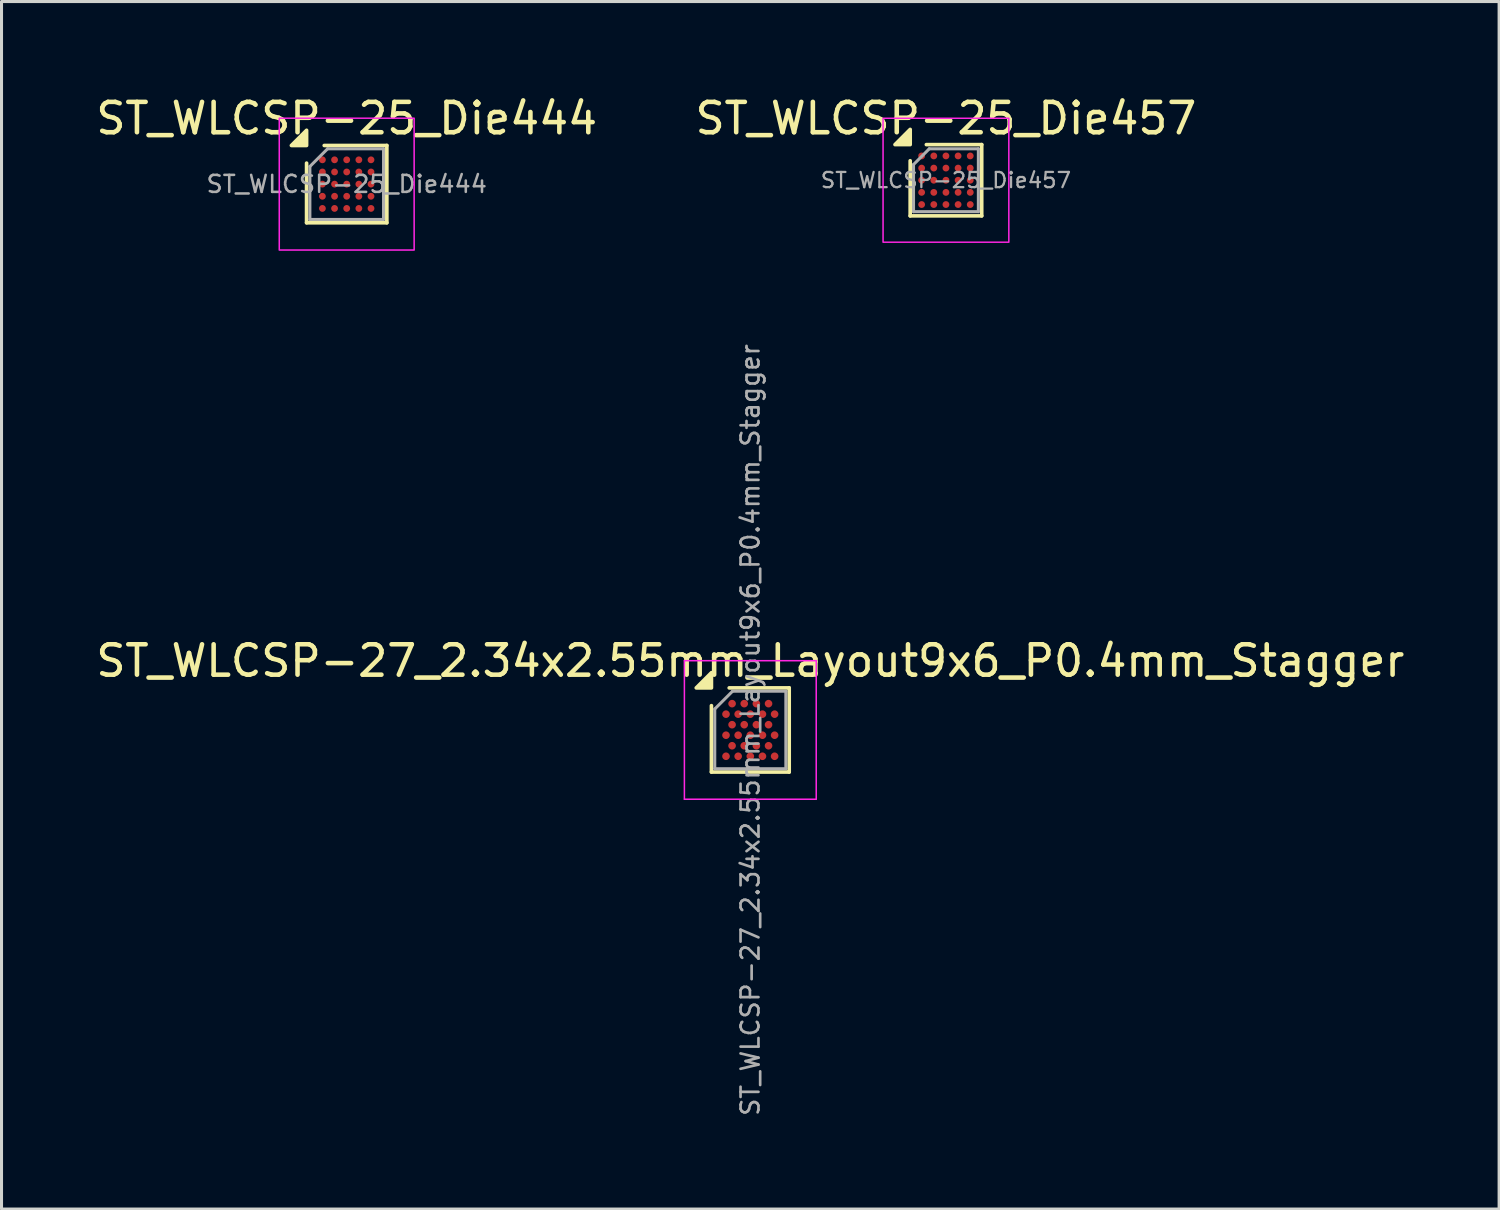
<source format=kicad_pcb>
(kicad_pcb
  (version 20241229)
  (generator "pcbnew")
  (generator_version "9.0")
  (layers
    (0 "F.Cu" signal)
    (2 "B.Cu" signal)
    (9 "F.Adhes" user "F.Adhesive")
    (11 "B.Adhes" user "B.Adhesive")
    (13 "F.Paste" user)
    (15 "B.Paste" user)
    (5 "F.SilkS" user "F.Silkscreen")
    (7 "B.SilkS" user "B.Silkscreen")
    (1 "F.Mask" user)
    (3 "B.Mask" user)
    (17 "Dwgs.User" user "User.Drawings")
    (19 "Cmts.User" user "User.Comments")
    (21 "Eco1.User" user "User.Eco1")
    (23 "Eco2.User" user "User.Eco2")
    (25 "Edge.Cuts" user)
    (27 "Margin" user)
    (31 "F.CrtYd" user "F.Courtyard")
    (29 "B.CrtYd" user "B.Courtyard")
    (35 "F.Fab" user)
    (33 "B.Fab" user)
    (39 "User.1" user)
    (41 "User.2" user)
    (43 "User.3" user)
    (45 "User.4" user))
  (footprint "ST_WLCSP-27_2.34x2.55mm_Layout9x6_P0.4mm_Stagger"
    (layer "F.Cu")
    (at 21.649 20.979)
    (property "Reference" "ST_WLCSP-27_2.34x2.55mm_Layout9x6_P0.4mm_Stagger" (at 0 -2.275 0) (layer "F.SilkS") (effects (font (size 1 1) (thickness 0.15))))
    (attr smd)
    (fp_line (start -1.28 1.385) (end -1.28 -0.8) (stroke (width 0.12) (type solid)) (layer "F.SilkS"))
    (fp_line (start -0.695 -1.385) (end 1.28 -1.385) (stroke (width 0.12) (type solid)) (layer "F.SilkS"))
    (fp_line (start 1.28 -1.385) (end 1.28 1.385) (stroke (width 0.12) (type solid)) (layer "F.SilkS"))
    (fp_line (start 1.28 1.385) (end -1.28 1.385) (stroke (width 0.12) (type solid)) (layer "F.SilkS"))
    (fp_poly (pts (xy -1.28 -1.385) (xy -1.78 -1.385) (xy -1.28 -1.885) (xy -1.28 -1.385)) (stroke (width 0.12) (type solid)) (fill yes) (layer "F.SilkS"))
    (fp_line (start -2.17 -2.28) (end -2.17 2.28) (stroke (width 0.05) (type solid)) (layer "F.CrtYd"))
    (fp_line (start -2.17 2.28) (end 2.17 2.28) (stroke (width 0.05) (type solid)) (layer "F.CrtYd"))
    (fp_line (start 2.17 -2.28) (end -2.17 -2.28) (stroke (width 0.05) (type solid)) (layer "F.CrtYd"))
    (fp_line (start 2.17 2.28) (end 2.17 -2.28) (stroke (width 0.05) (type solid)) (layer "F.CrtYd"))
    (fp_line (start -1.17 -0.69) (end -0.585 -1.275) (stroke (width 0.1) (type solid)) (layer "F.Fab"))
    (fp_line (start -1.17 1.275) (end -1.17 -0.69) (stroke (width 0.1) (type solid)) (layer "F.Fab"))
    (fp_line (start -0.585 -1.275) (end 1.17 -1.275) (stroke (width 0.1) (type solid)) (layer "F.Fab"))
    (fp_line (start 1.17 -1.275) (end 1.17 1.275) (stroke (width 0.1) (type solid)) (layer "F.Fab"))
    (fp_line (start 1.17 1.275) (end -1.17 1.275) (stroke (width 0.1) (type solid)) (layer "F.Fab"))
    (fp_text user "${REFERENCE}" (at 0 0 270) (layer "F.Fab") (effects (font (size 0.59 0.59) (thickness 0.088))))
    (pad "A2" smd circle (at -0.6 -0.866) (size 0.25 0.25) (property pad_prop_bga) (layers "F.Cu" "F.Mask" "F.Paste"))
    (pad "A4" smd circle (at -0.2 -0.866) (size 0.25 0.25) (property pad_prop_bga) (layers "F.Cu" "F.Mask" "F.Paste"))
    (pad "A6" smd circle (at 0.2 -0.866) (size 0.25 0.25) (property pad_prop_bga) (layers "F.Cu" "F.Mask" "F.Paste"))
    (pad "A8" smd circle (at 0.6 -0.866) (size 0.25 0.25) (property pad_prop_bga) (layers "F.Cu" "F.Mask" "F.Paste"))
    (pad "B1" smd circle (at -0.8 -0.52) (size 0.25 0.25) (property pad_prop_bga) (layers "F.Cu" "F.Mask" "F.Paste"))
    (pad "B3" smd circle (at -0.4 -0.52) (size 0.25 0.25) (property pad_prop_bga) (layers "F.Cu" "F.Mask" "F.Paste"))
    (pad "B5" smd circle (at 0 -0.52) (size 0.25 0.25) (property pad_prop_bga) (layers "F.Cu" "F.Mask" "F.Paste"))
    (pad "B7" smd circle (at 0.4 -0.52) (size 0.25 0.25) (property pad_prop_bga) (layers "F.Cu" "F.Mask" "F.Paste"))
    (pad "B9" smd circle (at 0.8 -0.52) (size 0.25 0.25) (property pad_prop_bga) (layers "F.Cu" "F.Mask" "F.Paste"))
    (pad "C2" smd circle (at -0.6 -0.173) (size 0.25 0.25) (property pad_prop_bga) (layers "F.Cu" "F.Mask" "F.Paste"))
    (pad "C4" smd circle (at -0.2 -0.173) (size 0.25 0.25) (property pad_prop_bga) (layers "F.Cu" "F.Mask" "F.Paste"))
    (pad "C6" smd circle (at 0.2 -0.173) (size 0.25 0.25) (property pad_prop_bga) (layers "F.Cu" "F.Mask" "F.Paste"))
    (pad "C8" smd circle (at 0.6 -0.173) (size 0.25 0.25) (property pad_prop_bga) (layers "F.Cu" "F.Mask" "F.Paste"))
    (pad "D1" smd circle (at -0.8 0.173) (size 0.25 0.25) (property pad_prop_bga) (layers "F.Cu" "F.Mask" "F.Paste"))
    (pad "D3" smd circle (at -0.4 0.173) (size 0.25 0.25) (property pad_prop_bga) (layers "F.Cu" "F.Mask" "F.Paste"))
    (pad "D5" smd circle (at 0 0.173) (size 0.25 0.25) (property pad_prop_bga) (layers "F.Cu" "F.Mask" "F.Paste"))
    (pad "D7" smd circle (at 0.4 0.173) (size 0.25 0.25) (property pad_prop_bga) (layers "F.Cu" "F.Mask" "F.Paste"))
    (pad "D9" smd circle (at 0.8 0.173) (size 0.25 0.25) (property pad_prop_bga) (layers "F.Cu" "F.Mask" "F.Paste"))
    (pad "E2" smd circle (at -0.6 0.52) (size 0.25 0.25) (property pad_prop_bga) (layers "F.Cu" "F.Mask" "F.Paste"))
    (pad "E4" smd circle (at -0.2 0.52) (size 0.25 0.25) (property pad_prop_bga) (layers "F.Cu" "F.Mask" "F.Paste"))
    (pad "E6" smd circle (at 0.2 0.52) (size 0.25 0.25) (property pad_prop_bga) (layers "F.Cu" "F.Mask" "F.Paste"))
    (pad "E8" smd circle (at 0.6 0.52) (size 0.25 0.25) (property pad_prop_bga) (layers "F.Cu" "F.Mask" "F.Paste"))
    (pad "F1" smd circle (at -0.8 0.866) (size 0.25 0.25) (property pad_prop_bga) (layers "F.Cu" "F.Mask" "F.Paste"))
    (pad "F3" smd circle (at -0.4 0.866) (size 0.25 0.25) (property pad_prop_bga) (layers "F.Cu" "F.Mask" "F.Paste"))
    (pad "F5" smd circle (at 0 0.866) (size 0.25 0.25) (property pad_prop_bga) (layers "F.Cu" "F.Mask" "F.Paste"))
    (pad "F7" smd circle (at 0.4 0.866) (size 0.25 0.25) (property pad_prop_bga) (layers "F.Cu" "F.Mask" "F.Paste"))
    (pad "F9" smd circle (at 0.8 0.866) (size 0.25 0.25) (property pad_prop_bga) (layers "F.Cu" "F.Mask" "F.Paste")))
  (footprint "ST_WLCSP-25_Die457"
    (layer "F.Cu")
    (at 28.089 2.883)
    (property "Reference" "ST_WLCSP-25_Die457" (at 0 -2.035 0) (layer "F.SilkS") (effects (font (size 1 1) (thickness 0.15))))
    (attr smd)
    (fp_line (start -1.177 1.173) (end -1.177 -0.641) (stroke (width 0.12) (type solid)) (layer "F.SilkS"))
    (fp_line (start -0.645 -1.173) (end 1.177 -1.173) (stroke (width 0.12) (type solid)) (layer "F.SilkS"))
    (fp_line (start 1.177 -1.173) (end 1.177 1.173) (stroke (width 0.12) (type solid)) (layer "F.SilkS"))
    (fp_line (start 1.177 1.173) (end -1.177 1.173) (stroke (width 0.12) (type solid)) (layer "F.SilkS"))
    (fp_poly (pts (xy -1.177 -1.173) (xy -1.677 -1.173) (xy -1.177 -1.673)) (stroke (width 0.12) (type solid)) (fill yes) (layer "F.SilkS"))
    (fp_rect (start -2.07 -2.04) (end 2.07 2.04) (stroke (width 0.05) (type solid)) (fill no) (layer "F.CrtYd"))
    (fp_line (start -1.067 -0.517) (end -0.549 -1.035) (stroke (width 0.1) (type solid)) (layer "F.Fab"))
    (fp_line (start -1.067 1.035) (end -1.067 -0.517) (stroke (width 0.1) (type solid)) (layer "F.Fab"))
    (fp_line (start -0.549 -1.035) (end 1.067 -1.035) (stroke (width 0.1) (type solid)) (layer "F.Fab"))
    (fp_line (start 1.067 -1.035) (end 1.067 1.035) (stroke (width 0.1) (type solid)) (layer "F.Fab"))
    (fp_line (start 1.067 1.035) (end -1.067 1.035) (stroke (width 0.1) (type solid)) (layer "F.Fab"))
    (fp_text user "${REFERENCE}" (at 0 0 0) (layer "F.Fab") (effects (font (size 0.5 0.5) (thickness 0.075))))
    (pad "A1" smd circle (at -0.8 -0.8) (size 0.225 0.225) (property pad_prop_bga) (layers "F.Cu" "F.Mask" "F.Paste"))
    (pad "A2" smd circle (at -0.4 -0.8) (size 0.225 0.225) (property pad_prop_bga) (layers "F.Cu" "F.Mask" "F.Paste"))
    (pad "A3" smd circle (at 0 -0.8) (size 0.225 0.225) (property pad_prop_bga) (layers "F.Cu" "F.Mask" "F.Paste"))
    (pad "A4" smd circle (at 0.4 -0.8) (size 0.225 0.225) (property pad_prop_bga) (layers "F.Cu" "F.Mask" "F.Paste"))
    (pad "A5" smd circle (at 0.8 -0.8) (size 0.225 0.225) (property pad_prop_bga) (layers "F.Cu" "F.Mask" "F.Paste"))
    (pad "B1" smd circle (at -0.8 -0.4) (size 0.225 0.225) (property pad_prop_bga) (layers "F.Cu" "F.Mask" "F.Paste"))
    (pad "B2" smd circle (at -0.4 -0.4) (size 0.225 0.225) (property pad_prop_bga) (layers "F.Cu" "F.Mask" "F.Paste"))
    (pad "B3" smd circle (at 0 -0.4) (size 0.225 0.225) (property pad_prop_bga) (layers "F.Cu" "F.Mask" "F.Paste"))
    (pad "B4" smd circle (at 0.4 -0.4) (size 0.225 0.225) (property pad_prop_bga) (layers "F.Cu" "F.Mask" "F.Paste"))
    (pad "B5" smd circle (at 0.8 -0.4) (size 0.225 0.225) (property pad_prop_bga) (layers "F.Cu" "F.Mask" "F.Paste"))
    (pad "C1" smd circle (at -0.8 0) (size 0.225 0.225) (property pad_prop_bga) (layers "F.Cu" "F.Mask" "F.Paste"))
    (pad "C2" smd circle (at -0.4 0) (size 0.225 0.225) (property pad_prop_bga) (layers "F.Cu" "F.Mask" "F.Paste"))
    (pad "C3" smd circle (at 0 0) (size 0.225 0.225) (property pad_prop_bga) (layers "F.Cu" "F.Mask" "F.Paste"))
    (pad "C4" smd circle (at 0.4 0) (size 0.225 0.225) (property pad_prop_bga) (layers "F.Cu" "F.Mask" "F.Paste"))
    (pad "C5" smd circle (at 0.8 0) (size 0.225 0.225) (property pad_prop_bga) (layers "F.Cu" "F.Mask" "F.Paste"))
    (pad "D1" smd circle (at -0.8 0.4) (size 0.225 0.225) (property pad_prop_bga) (layers "F.Cu" "F.Mask" "F.Paste"))
    (pad "D2" smd circle (at -0.4 0.4) (size 0.225 0.225) (property pad_prop_bga) (layers "F.Cu" "F.Mask" "F.Paste"))
    (pad "D3" smd circle (at 0 0.4) (size 0.225 0.225) (property pad_prop_bga) (layers "F.Cu" "F.Mask" "F.Paste"))
    (pad "D4" smd circle (at 0.4 0.4) (size 0.225 0.225) (property pad_prop_bga) (layers "F.Cu" "F.Mask" "F.Paste"))
    (pad "D5" smd circle (at 0.8 0.4) (size 0.225 0.225) (property pad_prop_bga) (layers "F.Cu" "F.Mask" "F.Paste"))
    (pad "E1" smd circle (at -0.8 0.8) (size 0.225 0.225) (property pad_prop_bga) (layers "F.Cu" "F.Mask" "F.Paste"))
    (pad "E2" smd circle (at -0.4 0.8) (size 0.225 0.225) (property pad_prop_bga) (layers "F.Cu" "F.Mask" "F.Paste"))
    (pad "E3" smd circle (at 0 0.8) (size 0.225 0.225) (property pad_prop_bga) (layers "F.Cu" "F.Mask" "F.Paste"))
    (pad "E4" smd circle (at 0.4 0.8) (size 0.225 0.225) (property pad_prop_bga) (layers "F.Cu" "F.Mask" "F.Paste"))
    (pad "E5" smd circle (at 0.8 0.8) (size 0.225 0.225) (property pad_prop_bga) (layers "F.Cu" "F.Mask" "F.Paste")))
  (footprint "ST_WLCSP-25_Die444"
    (layer "F.Cu")
    (at 8.363 3.011)
    (property "Reference" "ST_WLCSP-25_Die444" (at 0 -2.163 0) (layer "F.SilkS") (effects (font (size 1 1) (thickness 0.15))))
    (attr smd)
    (fp_line (start -1.321 1.272) (end -1.321 -0.691) (stroke (width 0.12) (type solid)) (layer "F.SilkS"))
    (fp_line (start -0.74 -1.272) (end 1.321 -1.272) (stroke (width 0.12) (type solid)) (layer "F.SilkS"))
    (fp_line (start 1.321 -1.272) (end 1.321 1.272) (stroke (width 0.12) (type solid)) (layer "F.SilkS"))
    (fp_line (start 1.321 1.272) (end -1.321 1.272) (stroke (width 0.12) (type solid)) (layer "F.SilkS"))
    (fp_poly (pts (xy -1.321 -1.272) (xy -1.821 -1.272) (xy -1.321 -1.772)) (stroke (width 0.12) (type solid)) (fill yes) (layer "F.SilkS"))
    (fp_rect (start -2.22 -2.17) (end 2.22 2.17) (stroke (width 0.05) (type solid)) (fill no) (layer "F.CrtYd"))
    (fp_line (start -1.212 -0.581) (end -0.63 -1.163) (stroke (width 0.1) (type solid)) (layer "F.Fab"))
    (fp_line (start -1.212 1.163) (end -1.212 -0.581) (stroke (width 0.1) (type solid)) (layer "F.Fab"))
    (fp_line (start -0.63 -1.163) (end 1.212 -1.163) (stroke (width 0.1) (type solid)) (layer "F.Fab"))
    (fp_line (start 1.212 -1.163) (end 1.212 1.163) (stroke (width 0.1) (type solid)) (layer "F.Fab"))
    (fp_line (start 1.212 1.163) (end -1.212 1.163) (stroke (width 0.1) (type solid)) (layer "F.Fab"))
    (fp_text user "${REFERENCE}" (at 0 0 0) (layer "F.Fab") (effects (font (size 0.56 0.56) (thickness 0.084))))
    (pad "A1" smd circle (at -0.8 -0.8) (size 0.225 0.225) (property pad_prop_bga) (layers "F.Cu" "F.Mask" "F.Paste"))
    (pad "A2" smd circle (at -0.4 -0.8) (size 0.225 0.225) (property pad_prop_bga) (layers "F.Cu" "F.Mask" "F.Paste"))
    (pad "A3" smd circle (at 0 -0.8) (size 0.225 0.225) (property pad_prop_bga) (layers "F.Cu" "F.Mask" "F.Paste"))
    (pad "A4" smd circle (at 0.4 -0.8) (size 0.225 0.225) (property pad_prop_bga) (layers "F.Cu" "F.Mask" "F.Paste"))
    (pad "A5" smd circle (at 0.8 -0.8) (size 0.225 0.225) (property pad_prop_bga) (layers "F.Cu" "F.Mask" "F.Paste"))
    (pad "B1" smd circle (at -0.8 -0.4) (size 0.225 0.225) (property pad_prop_bga) (layers "F.Cu" "F.Mask" "F.Paste"))
    (pad "B2" smd circle (at -0.4 -0.4) (size 0.225 0.225) (property pad_prop_bga) (layers "F.Cu" "F.Mask" "F.Paste"))
    (pad "B3" smd circle (at 0 -0.4) (size 0.225 0.225) (property pad_prop_bga) (layers "F.Cu" "F.Mask" "F.Paste"))
    (pad "B4" smd circle (at 0.4 -0.4) (size 0.225 0.225) (property pad_prop_bga) (layers "F.Cu" "F.Mask" "F.Paste"))
    (pad "B5" smd circle (at 0.8 -0.4) (size 0.225 0.225) (property pad_prop_bga) (layers "F.Cu" "F.Mask" "F.Paste"))
    (pad "C1" smd circle (at -0.8 0) (size 0.225 0.225) (property pad_prop_bga) (layers "F.Cu" "F.Mask" "F.Paste"))
    (pad "C2" smd circle (at -0.4 0) (size 0.225 0.225) (property pad_prop_bga) (layers "F.Cu" "F.Mask" "F.Paste"))
    (pad "C3" smd circle (at 0 0) (size 0.225 0.225) (property pad_prop_bga) (layers "F.Cu" "F.Mask" "F.Paste"))
    (pad "C4" smd circle (at 0.4 0) (size 0.225 0.225) (property pad_prop_bga) (layers "F.Cu" "F.Mask" "F.Paste"))
    (pad "C5" smd circle (at 0.8 0) (size 0.225 0.225) (property pad_prop_bga) (layers "F.Cu" "F.Mask" "F.Paste"))
    (pad "D1" smd circle (at -0.8 0.4) (size 0.225 0.225) (property pad_prop_bga) (layers "F.Cu" "F.Mask" "F.Paste"))
    (pad "D2" smd circle (at -0.4 0.4) (size 0.225 0.225) (property pad_prop_bga) (layers "F.Cu" "F.Mask" "F.Paste"))
    (pad "D3" smd circle (at 0 0.4) (size 0.225 0.225) (property pad_prop_bga) (layers "F.Cu" "F.Mask" "F.Paste"))
    (pad "D4" smd circle (at 0.4 0.4) (size 0.225 0.225) (property pad_prop_bga) (layers "F.Cu" "F.Mask" "F.Paste"))
    (pad "D5" smd circle (at 0.8 0.4) (size 0.225 0.225) (property pad_prop_bga) (layers "F.Cu" "F.Mask" "F.Paste"))
    (pad "E1" smd circle (at -0.8 0.8) (size 0.225 0.225) (property pad_prop_bga) (layers "F.Cu" "F.Mask" "F.Paste"))
    (pad "E2" smd circle (at -0.4 0.8) (size 0.225 0.225) (property pad_prop_bga) (layers "F.Cu" "F.Mask" "F.Paste"))
    (pad "E3" smd circle (at 0 0.8) (size 0.225 0.225) (property pad_prop_bga) (layers "F.Cu" "F.Mask" "F.Paste"))
    (pad "E4" smd circle (at 0.4 0.8) (size 0.225 0.225) (property pad_prop_bga) (layers "F.Cu" "F.Mask" "F.Paste"))
    (pad "E5" smd circle (at 0.8 0.8) (size 0.225 0.225) (property pad_prop_bga) (layers "F.Cu" "F.Mask" "F.Paste")))
  (gr_rect
    (start -3 -3)
    (end 46.298 36.751)
    (stroke (width 0.1) (type default))
    (fill no)
    (layer "Edge.Cuts")))
</source>
